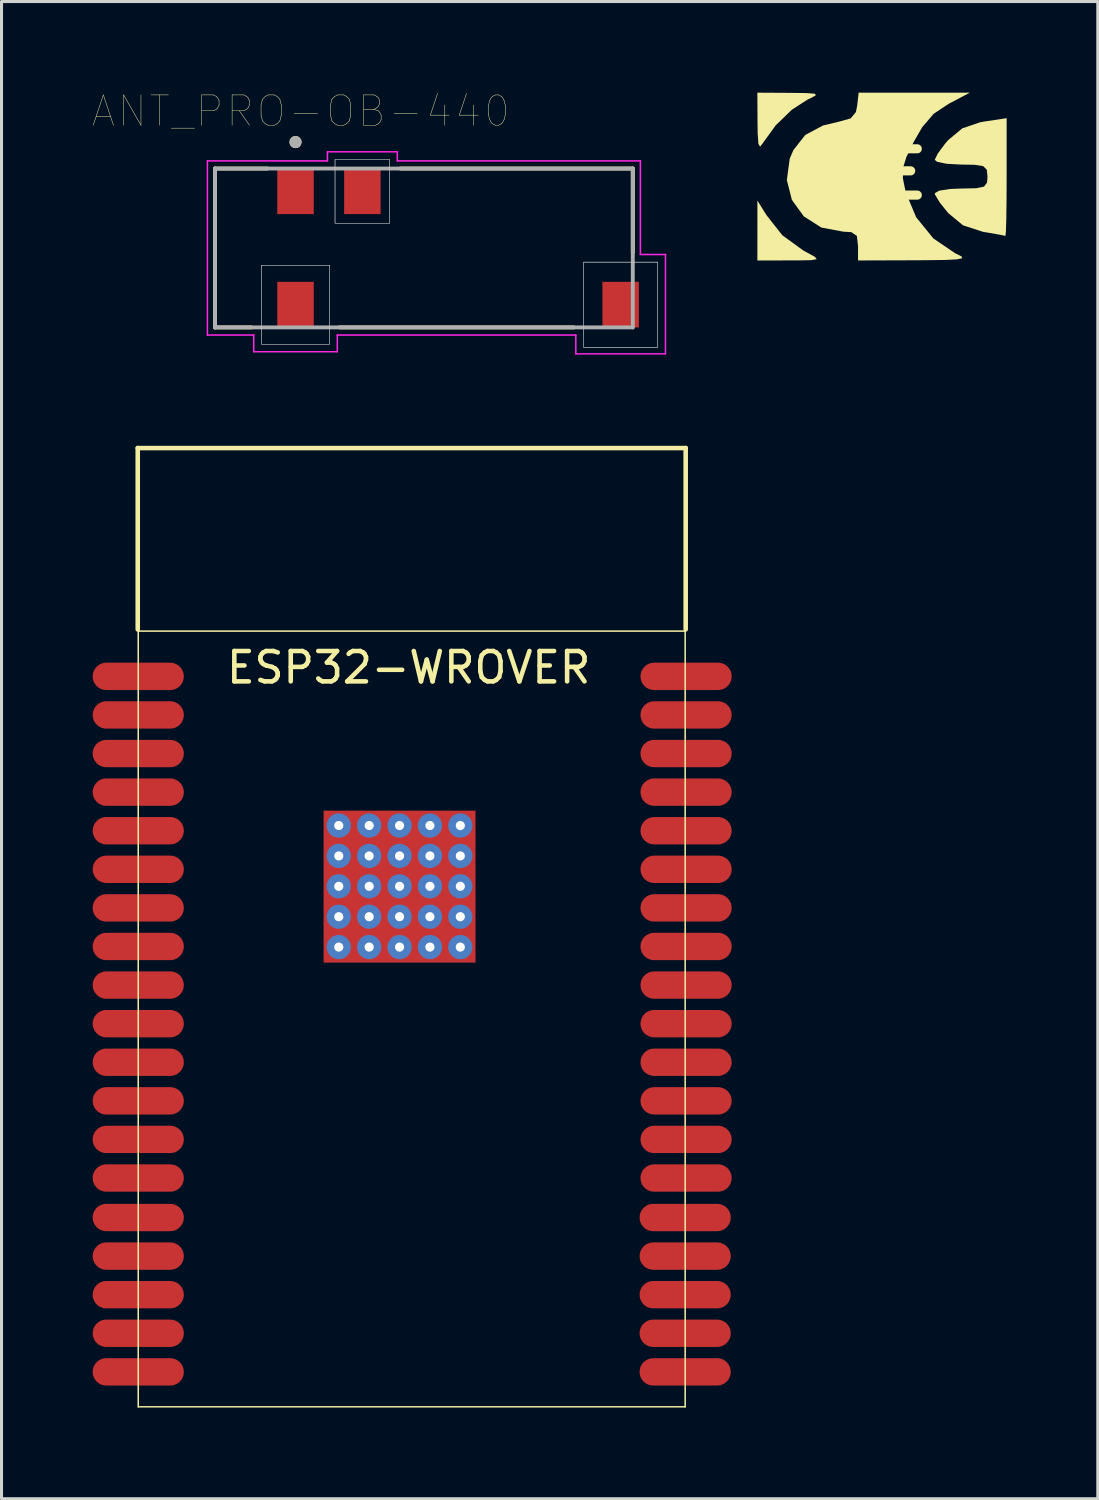
<source format=kicad_pcb>
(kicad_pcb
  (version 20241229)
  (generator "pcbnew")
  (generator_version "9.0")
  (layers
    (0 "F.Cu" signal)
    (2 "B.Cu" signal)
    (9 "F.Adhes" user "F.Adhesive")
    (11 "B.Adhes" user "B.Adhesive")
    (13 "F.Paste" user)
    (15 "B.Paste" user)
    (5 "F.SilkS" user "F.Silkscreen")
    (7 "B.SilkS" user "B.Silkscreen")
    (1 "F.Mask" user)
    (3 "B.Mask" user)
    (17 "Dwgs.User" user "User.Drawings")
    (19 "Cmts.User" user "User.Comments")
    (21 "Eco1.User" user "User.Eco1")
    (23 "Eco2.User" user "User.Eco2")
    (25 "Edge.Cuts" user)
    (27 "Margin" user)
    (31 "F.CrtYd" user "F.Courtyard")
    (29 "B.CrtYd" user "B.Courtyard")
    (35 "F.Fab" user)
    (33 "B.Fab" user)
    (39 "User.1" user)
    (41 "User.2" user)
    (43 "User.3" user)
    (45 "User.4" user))
  (footprint "CE"
    (layer "F.Cu")
    (at 25.978 2.682)
    (property "Reference" "CE" (at 0 0 0) (layer "F.SilkS") (effects (font (size 1.524 1.524) (thickness 0.3))))
    (attr board_only exclude_from_pos_files exclude_from_bom)
    (fp_poly (pts (xy -3.808 1.341) (xy -3.28 2.011) (xy -2.588 2.514) (xy -2.445 2.591) (xy -2.207 2.722) (xy -2.148 2.796) (xy -2.308 2.829) (xy -2.725 2.838) (xy -3.037 2.839) (xy -4.102 2.84) (xy -4.101 1.854) (xy -4.101 0.868)) (stroke (width 0) (type solid)) (fill yes) (layer "F.SilkS"))
    (fp_poly (pts (xy -3.037 -2.676) (xy -2.485 -2.669) (xy -2.21 -2.647) (xy -2.176 -2.597) (xy -2.343 -2.504) (xy -2.445 -2.458) (xy -2.971 -2.118) (xy -3.499 -1.606) (xy -3.909 -1.041) (xy -3.918 -1.025) (xy -4.013 -0.905) (xy -4.068 -0.999) (xy -4.092 -1.346) (xy -4.097 -1.696) (xy -4.102 -2.682)) (stroke (width 0) (type solid)) (fill yes) (layer "F.SilkS"))
    (fp_poly (pts (xy 4.102 0.104) (xy 4.099 0.844) (xy 4.091 1.451) (xy 4.079 1.866) (xy 4.064 2.031) (xy 4.062 2.031) (xy 3.898 1.996) (xy 3.527 1.932) (xy 3.327 1.899) (xy 2.667 1.684) (xy 2.183 1.285) (xy 1.905 0.94) (xy 1.748 0.68) (xy 1.735 0.629) (xy 1.878 0.544) (xy 2.246 0.487) (xy 2.603 0.473) (xy 3.1 0.463) (xy 3.359 0.409) (xy 3.457 0.276) (xy 3.471 0.079) (xy 3.448 -0.147) (xy 3.329 -0.265) (xy 3.036 -0.309) (xy 2.603 -0.316) (xy 2.128 -0.341) (xy 1.813 -0.407) (xy 1.735 -0.471) (xy 1.833 -0.676) (xy 2.076 -1.003) (xy 2.179 -1.122) (xy 2.642 -1.508) (xy 3.229 -1.708) (xy 3.362 -1.731) (xy 4.102 -1.843)) (stroke (width 0) (type solid)) (fill yes) (layer "F.SilkS"))
    (fp_poly (pts (xy 2.194 -2.315) (xy 1.702 -1.988) (xy 1.323 -1.546) (xy 1.046 -1.065) (xy 0.8 -0.558) (xy 0.688 -0.198) (xy 0.688 0.144) (xy 0.781 0.597) (xy 0.781 0.6) (xy 1.124 1.418) (xy 1.693 2.118) (xy 2.413 2.606) (xy 2.445 2.62) (xy 2.618 2.708) (xy 2.638 2.767) (xy 2.467 2.804) (xy 2.07 2.824) (xy 1.409 2.832) (xy 1.065 2.834) (xy -0.789 2.84) (xy -0.789 2.366) (xy -0.827 2.033) (xy -1.008 1.909) (xy -1.27 1.893) (xy -1.997 1.757) (xy -2.575 1.388) (xy -2.966 0.847) (xy -3.132 0.194) (xy -3.038 -0.508) (xy -2.917 -0.792) (xy -2.528 -1.288) (xy -1.942 -1.602) (xy -1.42 -1.727) (xy -1.032 -1.835) (xy -0.859 -2.044) (xy -0.818 -2.25) (xy -0.768 -2.682) (xy 2.889 -2.682)) (stroke (width 0) (type solid)) (fill yes) (layer "F.SilkS")))
  (footprint "ESP32-WROVER"
    (layer "F.Cu")
    (at 10.5 18.3)
    (property "Reference" "ESP32-WROVER" (at -0.1 0.62 0) (layer "F.SilkS") (effects (font (size 1 1) (thickness 0.15))))
    (attr smd)
    (fp_line (start -9.017 -0.635) (end -9.017 -6.604) (stroke (width 0.15) (type solid)) (layer "F.SilkS"))
    (fp_line (start -9 -0.58) (end 9 -0.58) (stroke (width 0.05) (type solid)) (layer "F.SilkS"))
    (fp_line (start -9 24.95) (end -9 -0.58) (stroke (width 0.05) (type solid)) (layer "F.SilkS"))
    (fp_line (start 9 -0.58) (end 9 24.95) (stroke (width 0.05) (type solid)) (layer "F.SilkS"))
    (fp_line (start 9 24.95) (end -9 24.95) (stroke (width 0.05) (type solid)) (layer "F.SilkS"))
    (fp_line (start 9.017 -6.604) (end -9.017 -6.604) (stroke (width 0.15) (type solid)) (layer "F.SilkS"))
    (fp_line (start 9.017 -0.635) (end 9.017 -6.604) (stroke (width 0.15) (type solid)) (layer "F.SilkS"))
    (pad "1" smd oval (at -9 0.91) (size 3 0.9) (layers "F.Cu" "F.Mask" "F.Paste"))
    (pad "2" smd oval (at -9 2.18) (size 3 0.9) (layers "F.Cu" "F.Mask" "F.Paste"))
    (pad "3" smd oval (at -9 3.45) (size 3 0.9) (layers "F.Cu" "F.Mask" "F.Paste"))
    (pad "4" smd oval (at -9 4.72) (size 3 0.9) (layers "F.Cu" "F.Mask" "F.Paste"))
    (pad "5" smd oval (at -9 5.99) (size 3 0.9) (layers "F.Cu" "F.Mask" "F.Paste"))
    (pad "6" smd oval (at -9 7.26) (size 3 0.9) (layers "F.Cu" "F.Mask" "F.Paste"))
    (pad "7" smd oval (at -9 8.53) (size 3 0.9) (layers "F.Cu" "F.Mask" "F.Paste"))
    (pad "8" smd oval (at -9 9.8) (size 3 0.9) (layers "F.Cu" "F.Mask" "F.Paste"))
    (pad "9" smd oval (at -9 11.07) (size 3 0.9) (layers "F.Cu" "F.Mask" "F.Paste"))
    (pad "10" smd oval (at -9 12.34) (size 3 0.9) (layers "F.Cu" "F.Mask" "F.Paste"))
    (pad "11" smd oval (at -9 13.61) (size 3 0.9) (layers "F.Cu" "F.Mask" "F.Paste"))
    (pad "12" smd oval (at -9 14.88) (size 3 0.9) (layers "F.Cu" "F.Mask" "F.Paste"))
    (pad "13" smd oval (at -9 16.15) (size 3 0.9) (layers "F.Cu" "F.Mask" "F.Paste"))
    (pad "14" smd oval (at -9 17.42) (size 3 0.9) (layers "F.Cu" "F.Mask" "F.Paste"))
    (pad "15" smd oval (at -9 18.72) (size 3 0.9) (layers "F.Cu" "F.Mask" "F.Paste"))
    (pad "16" smd oval (at -9 19.99) (size 3 0.9) (layers "F.Cu" "F.Mask" "F.Paste"))
    (pad "17" smd oval (at -9 21.26) (size 3 0.9) (layers "F.Cu" "F.Mask" "F.Paste"))
    (pad "18" smd oval (at -9 22.53) (size 3 0.9) (layers "F.Cu" "F.Mask" "F.Paste"))
    (pad "19" smd oval (at -9 23.8) (size 3 0.9) (layers "F.Cu" "F.Mask" "F.Paste"))
    (pad "20" smd oval (at 9 23.8) (size 3 0.9) (layers "F.Cu" "F.Mask" "F.Paste"))
    (pad "21" smd oval (at 9 22.53) (size 3 0.9) (layers "F.Cu" "F.Mask" "F.Paste"))
    (pad "22" smd oval (at 9 21.26) (size 3 0.9) (layers "F.Cu" "F.Mask" "F.Paste"))
    (pad "23" smd oval (at 9 19.99) (size 3 0.9) (layers "F.Cu" "F.Mask" "F.Paste"))
    (pad "24" smd oval (at 9 18.72) (size 3 0.9) (layers "F.Cu" "F.Mask" "F.Paste"))
    (pad "25" smd oval (at 9.03 17.42) (size 3 0.9) (layers "F.Cu" "F.Mask" "F.Paste"))
    (pad "26" smd oval (at 9.03 16.15) (size 3 0.9) (layers "F.Cu" "F.Mask" "F.Paste"))
    (pad "27" smd oval (at 9.03 14.88) (size 3 0.9) (layers "F.Cu" "F.Mask" "F.Paste"))
    (pad "28" smd oval (at 9.03 13.61) (size 3 0.9) (layers "F.Cu" "F.Mask" "F.Paste"))
    (pad "29" smd oval (at 9.03 12.34) (size 3 0.9) (layers "F.Cu" "F.Mask" "F.Paste"))
    (pad "30" smd oval (at 9.03 11.07) (size 3 0.9) (layers "F.Cu" "F.Mask" "F.Paste"))
    (pad "31" smd oval (at 9.03 9.8) (size 3 0.9) (layers "F.Cu" "F.Mask" "F.Paste"))
    (pad "32" smd oval (at 9.03 8.53) (size 3 0.9) (layers "F.Cu" "F.Mask" "F.Paste"))
    (pad "33" smd oval (at 9.03 7.26) (size 3 0.9) (layers "F.Cu" "F.Mask" "F.Paste"))
    (pad "34" smd oval (at 9.03 5.99) (size 3 0.9) (layers "F.Cu" "F.Mask" "F.Paste"))
    (pad "35" smd oval (at 9.03 4.72) (size 3 0.9) (layers "F.Cu" "F.Mask" "F.Paste"))
    (pad "36" smd oval (at 9.03 3.45) (size 3 0.9) (layers "F.Cu" "F.Mask" "F.Paste"))
    (pad "37" smd oval (at 9.03 2.18) (size 3 0.9) (layers "F.Cu" "F.Mask" "F.Paste"))
    (pad "38" smd oval (at 9.03 0.91) (size 3 0.9) (layers "F.Cu" "F.Mask" "F.Paste"))
    (pad "39" thru_hole circle (at -2.4 5.82) (size 0.8 0.8) (drill 0.3) (layers "*.Cu" "*.Mask"))
    (pad "39" thru_hole circle (at -2.4 6.82) (size 0.8 0.8) (drill 0.3) (layers "*.Cu" "*.Mask"))
    (pad "39" thru_hole circle (at -2.4 7.82) (size 0.8 0.8) (drill 0.3) (layers "*.Cu" "*.Mask"))
    (pad "39" thru_hole circle (at -2.4 8.82) (size 0.8 0.8) (drill 0.3) (layers "*.Cu" "*.Mask"))
    (pad "39" thru_hole circle (at -2.4 9.82) (size 0.8 0.8) (drill 0.3) (layers "*.Cu" "*.Mask"))
    (pad "39" thru_hole circle (at -1.4 5.82) (size 0.8 0.8) (drill 0.3) (layers "*.Cu" "*.Mask"))
    (pad "39" thru_hole circle (at -1.4 6.82) (size 0.8 0.8) (drill 0.3) (layers "*.Cu" "*.Mask"))
    (pad "39" thru_hole circle (at -1.4 7.82) (size 0.8 0.8) (drill 0.3) (layers "*.Cu" "*.Mask"))
    (pad "39" thru_hole circle (at -1.4 8.82) (size 0.8 0.8) (drill 0.3) (layers "*.Cu" "*.Mask"))
    (pad "39" thru_hole circle (at -1.4 9.82) (size 0.8 0.8) (drill 0.3) (layers "*.Cu" "*.Mask"))
    (pad "39" thru_hole circle (at -0.4 5.82) (size 0.8 0.8) (drill 0.3) (layers "*.Cu" "*.Mask"))
    (pad "39" thru_hole circle (at -0.4 6.82) (size 0.8 0.8) (drill 0.3) (layers "*.Cu" "*.Mask"))
    (pad "39" thru_hole circle (at -0.4 7.82) (size 0.8 0.8) (drill 0.3) (layers "*.Cu" "*.Mask"))
    (pad "39" smd rect (at -0.4 7.83) (size 5 5) (layers "F.Cu" "F.Mask" "F.Paste"))
    (pad "39" thru_hole circle (at -0.4 8.82) (size 0.8 0.8) (drill 0.3) (layers "*.Cu" "*.Mask"))
    (pad "39" thru_hole circle (at -0.4 9.82) (size 0.8 0.8) (drill 0.3) (layers "*.Cu" "*.Mask"))
    (pad "39" thru_hole circle (at 0.6 5.82) (size 0.8 0.8) (drill 0.3) (layers "*.Cu" "*.Mask"))
    (pad "39" thru_hole circle (at 0.6 6.82) (size 0.8 0.8) (drill 0.3) (layers "*.Cu" "*.Mask"))
    (pad "39" thru_hole circle (at 0.6 7.82) (size 0.8 0.8) (drill 0.3) (layers "*.Cu" "*.Mask"))
    (pad "39" thru_hole circle (at 0.6 8.82) (size 0.8 0.8) (drill 0.3) (layers "*.Cu" "*.Mask"))
    (pad "39" thru_hole circle (at 0.6 9.82) (size 0.8 0.8) (drill 0.3) (layers "*.Cu" "*.Mask"))
    (pad "39" thru_hole circle (at 1.6 5.82) (size 0.8 0.8) (drill 0.3) (layers "*.Cu" "*.Mask"))
    (pad "39" thru_hole circle (at 1.6 6.82) (size 0.8 0.8) (drill 0.3) (layers "*.Cu" "*.Mask"))
    (pad "39" thru_hole circle (at 1.6 7.82) (size 0.8 0.8) (drill 0.3) (layers "*.Cu" "*.Mask"))
    (pad "39" thru_hole circle (at 1.6 8.82) (size 0.8 0.8) (drill 0.3) (layers "*.Cu" "*.Mask"))
    (pad "39" thru_hole circle (at 1.6 9.82) (size 0.8 0.8) (drill 0.3) (layers "*.Cu" "*.Mask")))
  (footprint "ANT_PRO-OB-440"
    (layer "F.Cu")
    (at 6.676 3.246)
    (property "Reference" "ANT_PRO-OB-440" (at 0.175 -2.635 0) (layer "F.SilkS") (effects (font (size 1 1) (thickness 0.015))))
    (attr through_hole)
    (fp_line (start -2.65 -0.75) (end -2.65 4.48) (stroke (width 0.127) (type solid)) (layer "F.SilkS"))
    (fp_line (start -2.65 -0.75) (end -0.92 -0.75) (stroke (width 0.127) (type solid)) (layer "F.SilkS"))
    (fp_line (start -2.65 4.48) (end -1.445 4.48) (stroke (width 0.127) (type solid)) (layer "F.SilkS"))
    (fp_line (start 1.445 4.48) (end 9.155 4.48) (stroke (width 0.127) (type solid)) (layer "F.SilkS"))
    (fp_line (start 3.45 -0.75) (end 11.1 -0.75) (stroke (width 0.127) (type solid)) (layer "F.SilkS"))
    (fp_line (start 11.1 -0.75) (end 11.1 2.01) (stroke (width 0.127) (type solid)) (layer "F.SilkS"))
    (fp_circle (center 0 -1.62) (end 0.1 -1.62) (stroke (width 0.2) (type solid)) (fill no) (layer "F.SilkS"))
    (fp_poly (pts (xy -1.125 2.43) (xy 1.125 2.43) (xy 1.125 5.03) (xy -1.125 5.03)) (stroke (width 0.01) (type solid)) (fill no) (layer "Dwgs.User"))
    (fp_poly (pts (xy -1.125 2.43) (xy 1.125 2.43) (xy 1.125 5.03) (xy -1.125 5.03)) (stroke (width 0.01) (type solid)) (fill no) (layer "Dwgs.User"))
    (fp_poly (pts (xy -1.125 2.43) (xy 1.125 2.43) (xy 1.125 5.03) (xy -1.125 5.03)) (stroke (width 0.01) (type solid)) (fill no) (layer "Dwgs.User"))
    (fp_poly (pts (xy 1.3 -1.05) (xy 3.1 -1.05) (xy 3.1 1.05) (xy 1.3 1.05)) (stroke (width 0.01) (type solid)) (fill no) (layer "Dwgs.User"))
    (fp_poly (pts (xy 1.3 -1.05) (xy 3.1 -1.05) (xy 3.1 1.05) (xy 1.3 1.05)) (stroke (width 0.01) (type solid)) (fill no) (layer "Dwgs.User"))
    (fp_poly (pts (xy 1.3 -1.05) (xy 3.1 -1.05) (xy 3.1 1.05) (xy 1.3 1.05)) (stroke (width 0.01) (type solid)) (fill no) (layer "Dwgs.User"))
    (fp_poly (pts (xy 9.475 2.33) (xy 11.925 2.33) (xy 11.925 5.13) (xy 9.475 5.13)) (stroke (width 0.01) (type solid)) (fill no) (layer "Dwgs.User"))
    (fp_poly (pts (xy 9.475 2.33) (xy 11.925 2.33) (xy 11.925 5.13) (xy 9.475 5.13)) (stroke (width 0.01) (type solid)) (fill no) (layer "Dwgs.User"))
    (fp_poly (pts (xy 9.475 2.33) (xy 11.925 2.33) (xy 11.925 5.13) (xy 9.475 5.13)) (stroke (width 0.01) (type solid)) (fill no) (layer "Dwgs.User"))
    (fp_line (start -2.9 -1) (end -2.9 4.73) (stroke (width 0.05) (type solid)) (layer "F.CrtYd"))
    (fp_line (start -2.9 -1) (end 1.05 -1) (stroke (width 0.05) (type solid)) (layer "F.CrtYd"))
    (fp_line (start -2.9 4.73) (end -1.375 4.73) (stroke (width 0.05) (type solid)) (layer "F.CrtYd"))
    (fp_line (start -1.375 4.73) (end -1.375 5.28) (stroke (width 0.05) (type solid)) (layer "F.CrtYd"))
    (fp_line (start -1.375 5.28) (end 1.375 5.28) (stroke (width 0.05) (type solid)) (layer "F.CrtYd"))
    (fp_line (start 1.05 -1.3) (end 3.35 -1.3) (stroke (width 0.05) (type solid)) (layer "F.CrtYd"))
    (fp_line (start 1.05 -1) (end 1.05 -1.3) (stroke (width 0.05) (type solid)) (layer "F.CrtYd"))
    (fp_line (start 1.375 5.28) (end 1.375 4.73) (stroke (width 0.05) (type solid)) (layer "F.CrtYd"))
    (fp_line (start 3.35 -1.3) (end 3.35 -1) (stroke (width 0.05) (type solid)) (layer "F.CrtYd"))
    (fp_line (start 3.35 -1) (end 11.35 -1) (stroke (width 0.05) (type solid)) (layer "F.CrtYd"))
    (fp_line (start 9.225 4.73) (end 1.375 4.73) (stroke (width 0.05) (type solid)) (layer "F.CrtYd"))
    (fp_line (start 9.225 4.73) (end 9.225 5.35) (stroke (width 0.05) (type solid)) (layer "F.CrtYd"))
    (fp_line (start 9.225 5.35) (end 12.175 5.35) (stroke (width 0.05) (type solid)) (layer "F.CrtYd"))
    (fp_line (start 11.35 -1) (end 11.35 2.08) (stroke (width 0.05) (type solid)) (layer "F.CrtYd"))
    (fp_line (start 11.35 2.08) (end 12.175 2.08) (stroke (width 0.05) (type solid)) (layer "F.CrtYd"))
    (fp_line (start 12.175 2.08) (end 12.175 5.35) (stroke (width 0.05) (type solid)) (layer "F.CrtYd"))
    (fp_line (start -2.65 -0.75) (end -2.65 4.48) (stroke (width 0.127) (type solid)) (layer "F.Fab"))
    (fp_line (start -2.65 4.48) (end 11.1 4.48) (stroke (width 0.127) (type solid)) (layer "F.Fab"))
    (fp_line (start 11.1 -0.75) (end -2.65 -0.75) (stroke (width 0.127) (type solid)) (layer "F.Fab"))
    (fp_line (start 11.1 4.48) (end 11.1 -0.75) (stroke (width 0.127) (type solid)) (layer "F.Fab"))
    (fp_circle (center 0 -1.62) (end 0.1 -1.62) (stroke (width 0.2) (type solid)) (fill no) (layer "F.Fab"))
    (pad "1" smd rect (at 0 0) (size 1.2 1.5) (layers "F.Cu" "F.Mask" "F.Paste"))
    (pad "2" smd rect (at 2.2 0) (size 1.2 1.5) (layers "F.Cu" "F.Mask" "F.Paste"))
    (pad "3" smd rect (at 0 3.73) (size 1.2 1.5) (layers "F.Cu" "F.Mask" "F.Paste"))
    (pad "4" smd rect (at 10.7 3.73) (size 1.2 1.5) (layers "F.Cu" "F.Mask" "F.Paste")))
  (gr_rect
    (start -3 -3)
    (end 33.08 46.275)
    (stroke (width 0.1) (type default))
    (fill no)
    (layer "Edge.Cuts")))
</source>
